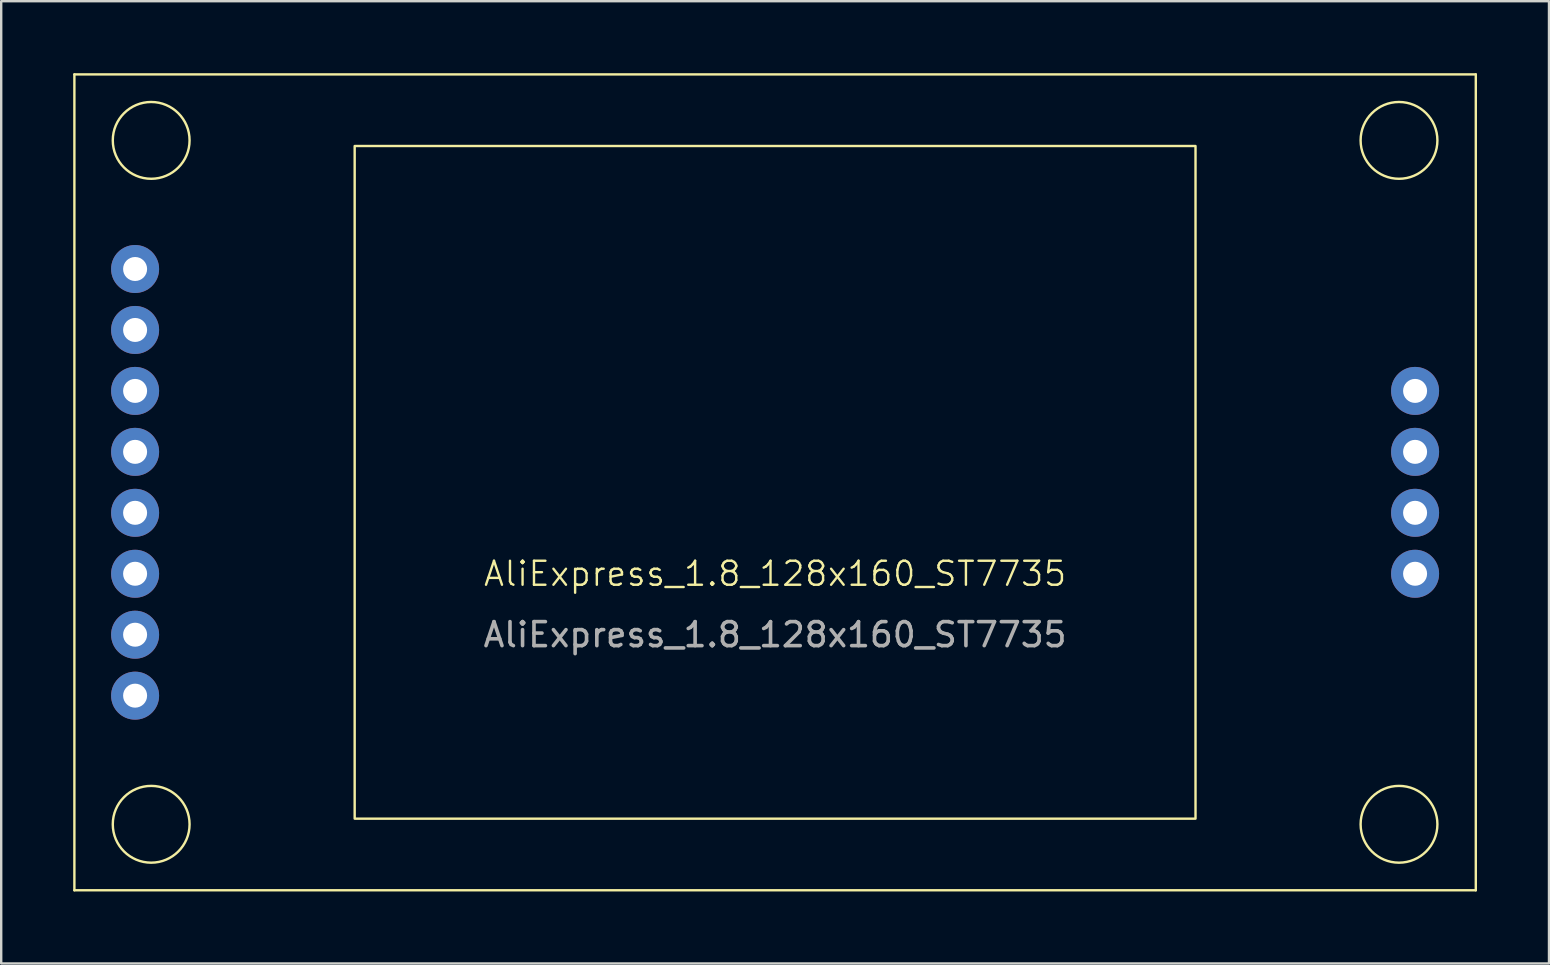
<source format=kicad_pcb>
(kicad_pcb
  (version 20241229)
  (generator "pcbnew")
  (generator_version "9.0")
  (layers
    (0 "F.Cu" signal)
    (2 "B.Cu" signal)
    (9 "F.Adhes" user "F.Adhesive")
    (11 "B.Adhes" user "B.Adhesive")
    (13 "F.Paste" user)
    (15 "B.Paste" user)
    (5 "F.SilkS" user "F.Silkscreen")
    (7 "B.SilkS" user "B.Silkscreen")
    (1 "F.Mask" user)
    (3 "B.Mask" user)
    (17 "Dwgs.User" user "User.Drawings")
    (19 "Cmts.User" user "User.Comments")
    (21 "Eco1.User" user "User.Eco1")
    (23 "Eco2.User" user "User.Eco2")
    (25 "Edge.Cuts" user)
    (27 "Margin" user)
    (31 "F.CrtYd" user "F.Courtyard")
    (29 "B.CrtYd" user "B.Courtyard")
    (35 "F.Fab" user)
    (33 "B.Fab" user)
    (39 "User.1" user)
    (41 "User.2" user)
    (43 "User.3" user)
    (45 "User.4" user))
  (footprint "AliExpress_1.8_128x160_ST7735"
    (layer "F.Cu")
    (at 29.25 17.05)
    (property "Reference" "AliExpress_1.8_128x160_ST7735" (at 0 3.81 0) (unlocked yes) (layer "F.SilkS") (effects (font (size 1 1) (thickness 0.1))))
    (attr through_hole)
    (fp_line (start -29.2 -17) (end 29.2 -17) (stroke (width 0.1) (type default)) (layer "F.SilkS"))
    (fp_line (start -29.2 17) (end -29.2 -17) (stroke (width 0.1) (type default)) (layer "F.SilkS"))
    (fp_line (start 29.2 -17) (end 29.2 17) (stroke (width 0.1) (type default)) (layer "F.SilkS"))
    (fp_line (start 29.2 17) (end -29.2 17) (stroke (width 0.1) (type default)) (layer "F.SilkS"))
    (fp_rect (start -17.52 -14.015) (end 17.52 14.015) (stroke (width 0.1) (type default)) (fill no) (layer "F.SilkS"))
    (fp_circle (center -26 -14.25) (end -24.4 -14.25) (stroke (width 0.1) (type default)) (fill no) (layer "F.SilkS"))
    (fp_circle (center -26 14.25) (end -24.4 14.25) (stroke (width 0.1) (type default)) (fill no) (layer "F.SilkS"))
    (fp_circle (center 26 -14.25) (end 27.6 -14.25) (stroke (width 0.1) (type default)) (fill no) (layer "F.SilkS"))
    (fp_circle (center 26 14.25) (end 27.6 14.25) (stroke (width 0.1) (type default)) (fill no) (layer "F.SilkS"))
    (fp_text user "${REFERENCE}" (at 0 6.35 0) (unlocked yes) (layer "F.Fab") (effects (font (size 1 1) (thickness 0.15))))
    (pad "1" thru_hole circle (at -26.67 -8.89) (size 2 2) (drill 1) (layers "*.Cu" "*.Mask"))
    (pad "2" thru_hole circle (at -26.67 -6.35) (size 2 2) (drill 1) (layers "*.Cu" "*.Mask"))
    (pad "3" thru_hole circle (at -26.67 -3.81) (size 2 2) (drill 1) (layers "*.Cu" "*.Mask"))
    (pad "4" thru_hole circle (at -26.67 -1.27) (size 2 2) (drill 1) (layers "*.Cu" "*.Mask"))
    (pad "5" thru_hole circle (at -26.67 1.27) (size 2 2) (drill 1) (layers "*.Cu" "*.Mask"))
    (pad "6" thru_hole circle (at -26.67 3.81) (size 2 2) (drill 1) (layers "*.Cu" "*.Mask"))
    (pad "7" thru_hole circle (at -26.67 6.35) (size 2 2) (drill 1) (layers "*.Cu" "*.Mask"))
    (pad "8" thru_hole circle (at -26.67 8.89) (size 2 2) (drill 1) (layers "*.Cu" "*.Mask"))
    (pad "9" thru_hole circle (at 26.67 -3.81) (size 2 2) (drill 1) (layers "*.Cu" "*.Mask"))
    (pad "10" thru_hole circle (at 26.67 -1.27) (size 2 2) (drill 1) (layers "*.Cu" "*.Mask"))
    (pad "11" thru_hole circle (at 26.67 1.27) (size 2 2) (drill 1) (layers "*.Cu" "*.Mask"))
    (pad "12" thru_hole circle (at 26.67 3.81) (size 2 2) (drill 1) (layers "*.Cu" "*.Mask")))
  (gr_rect
    (start -3 -3)
    (end 61.5 37.1)
    (stroke (width 0.1) (type default))
    (fill no)
    (layer "Edge.Cuts")))
</source>
